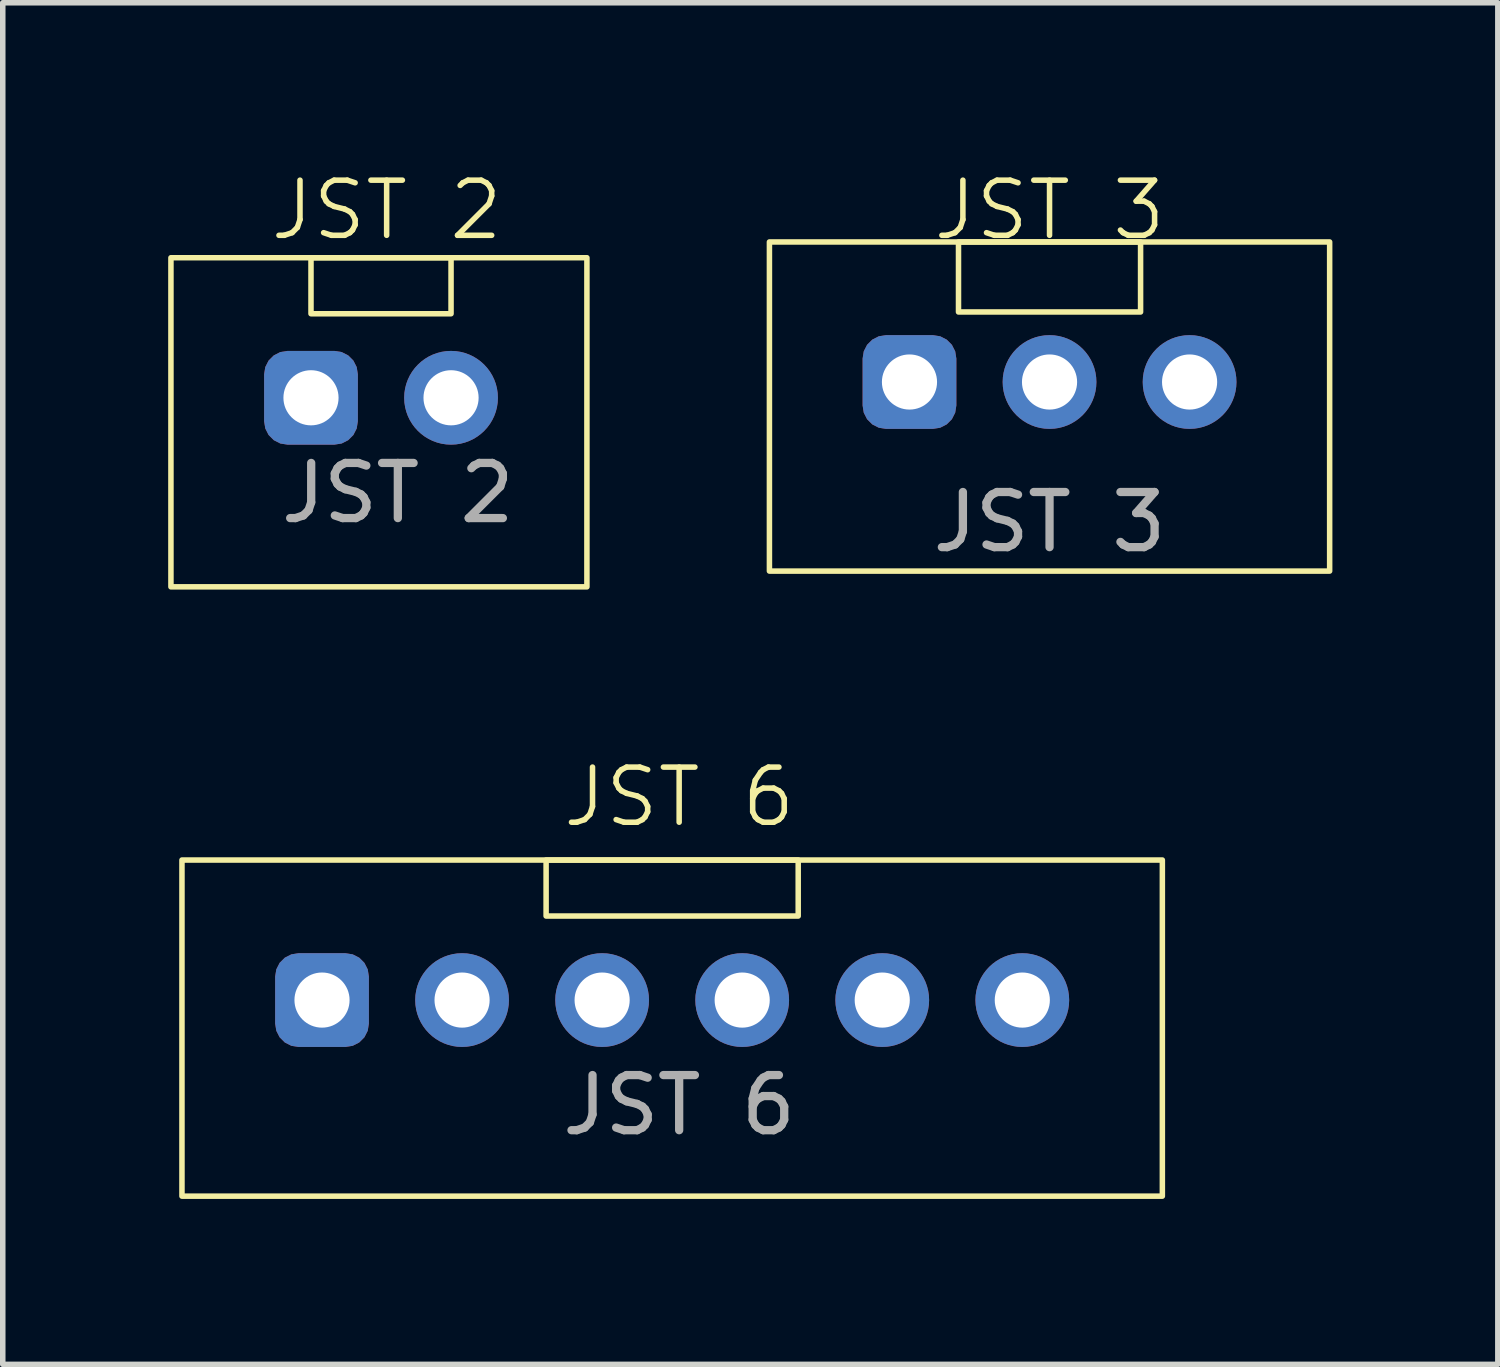
<source format=kicad_pcb>
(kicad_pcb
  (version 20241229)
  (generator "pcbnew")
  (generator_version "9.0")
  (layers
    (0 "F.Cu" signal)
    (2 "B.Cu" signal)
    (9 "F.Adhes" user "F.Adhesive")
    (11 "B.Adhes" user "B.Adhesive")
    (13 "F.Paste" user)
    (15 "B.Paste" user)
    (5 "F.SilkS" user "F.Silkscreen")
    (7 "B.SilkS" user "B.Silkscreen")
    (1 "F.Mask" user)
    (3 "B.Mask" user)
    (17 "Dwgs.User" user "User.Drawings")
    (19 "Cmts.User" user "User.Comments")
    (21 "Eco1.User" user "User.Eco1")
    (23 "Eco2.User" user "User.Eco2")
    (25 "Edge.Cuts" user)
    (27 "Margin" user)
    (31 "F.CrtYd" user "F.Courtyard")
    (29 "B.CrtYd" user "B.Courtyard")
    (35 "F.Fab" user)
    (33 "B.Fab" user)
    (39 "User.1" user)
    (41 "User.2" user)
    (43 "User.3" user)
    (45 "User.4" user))
  (footprint "JST 6"
    (layer "F.Cu")
    (at 0.25 17.627)
    (property "Reference" "JST 6" (at 9.017 -6.223 0) (unlocked yes) (layer "F.SilkS") (effects (font (size 1 1) (thickness 0.1))))
    (attr through_hole)
    (fp_rect (start 0 -5.08) (end 17.78 1.016) (stroke (width 0.1) (type default)) (fill no) (layer "F.SilkS"))
    (fp_rect (start 6.604 -4.064) (end 11.176 -5.08) (stroke (width 0.1) (type default)) (fill no) (layer "F.SilkS"))
    (fp_text user "${REFERENCE}" (at 9.017 -0.635 0) (unlocked yes) (layer "F.Fab") (effects (font (size 1 1) (thickness 0.15))))
    (pad "1" thru_hole roundrect (at 2.54 -2.54) (size 1.7 1.7) (drill 1) (layers "*.Cu" "*.Mask") (roundrect_rratio 0.25))
    (pad "2" thru_hole circle (at 5.08 -2.54) (size 1.7 1.7) (drill 1) (layers "*.Cu" "*.Mask"))
    (pad "3" thru_hole circle (at 7.62 -2.54) (size 1.7 1.7) (drill 1) (layers "*.Cu" "*.Mask"))
    (pad "4" thru_hole circle (at 10.16 -2.54) (size 1.7 1.7) (drill 1) (layers "*.Cu" "*.Mask"))
    (pad "5" thru_hole circle (at 12.7 -2.54) (size 1.7 1.7) (drill 1) (layers "*.Cu" "*.Mask"))
    (pad "6" thru_hole circle (at 15.24 -2.54) (size 1.7 1.7) (drill 1) (layers "*.Cu" "*.Mask")))
  (footprint "JST 3"
    (layer "F.Cu")
    (at 10.894 6.348)
    (property "Reference" "JST 3" (at 5.09 -5.588 0) (unlocked yes) (layer "F.SilkS") (effects (font (size 1 1) (thickness 0.1))))
    (attr through_hole)
    (fp_rect (start 0.01 -5.01) (end 10.17 0.959) (stroke (width 0.1) (type default)) (fill no) (layer "F.SilkS"))
    (fp_rect (start 3.439 -5.01) (end 6.741 -3.74) (stroke (width 0.1) (type default)) (fill no) (layer "F.SilkS"))
    (fp_text user "${REFERENCE}" (at 5.09 0.07 0) (unlocked yes) (layer "F.Fab") (effects (font (size 1 1) (thickness 0.15))))
    (pad "1" thru_hole roundrect (at 2.55 -2.47) (size 1.7 1.7) (drill 1) (layers "*.Cu" "*.Mask") (roundrect_rratio 0.25))
    (pad "2" thru_hole circle (at 5.09 -2.47) (size 1.7 1.7) (drill 1) (layers "*.Cu" "*.Mask"))
    (pad "3" thru_hole circle (at 7.63 -2.47) (size 1.7 1.7) (drill 1) (layers "*.Cu" "*.Mask")))
  (footprint "JST 2"
    (layer "F.Cu")
    (at 2.59 4.164)
    (property "Reference" "JST 2" (at 1.372 -3.404 0) (unlocked yes) (layer "F.SilkS") (effects (font (size 1 1) (thickness 0.1))))
    (attr through_hole)
    (fp_rect (start -2.54 -2.54) (end 5.004 3.429) (stroke (width 0.1) (type default)) (fill no) (layer "F.SilkS"))
    (fp_rect (start 0 -2.54) (end 2.54 -1.524) (stroke (width 0.1) (type default)) (fill no) (layer "F.SilkS"))
    (fp_text user "${REFERENCE}" (at 1.575 1.727 0) (unlocked yes) (layer "F.Fab") (effects (font (size 1 1) (thickness 0.15))))
    (pad "1" thru_hole roundrect (at 0 0) (size 1.7 1.7) (drill 1) (layers "*.Cu" "*.Mask") (roundrect_rratio 0.25))
    (pad "2" thru_hole circle (at 2.54 0) (size 1.7 1.7) (drill 1) (layers "*.Cu" "*.Mask")))
  (gr_rect
    (start -3 -3)
    (end 24.114 21.693)
    (stroke (width 0.1) (type default))
    (fill no)
    (layer "Edge.Cuts")))
</source>
